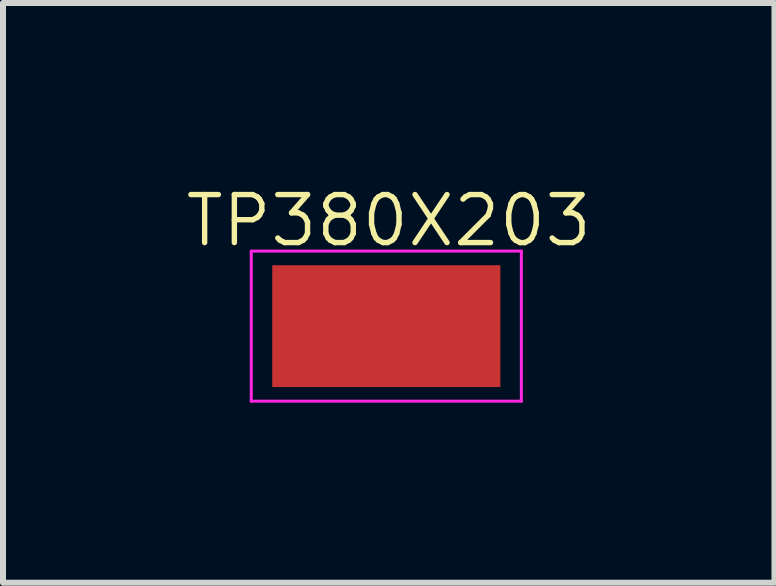
<source format=kicad_pcb>
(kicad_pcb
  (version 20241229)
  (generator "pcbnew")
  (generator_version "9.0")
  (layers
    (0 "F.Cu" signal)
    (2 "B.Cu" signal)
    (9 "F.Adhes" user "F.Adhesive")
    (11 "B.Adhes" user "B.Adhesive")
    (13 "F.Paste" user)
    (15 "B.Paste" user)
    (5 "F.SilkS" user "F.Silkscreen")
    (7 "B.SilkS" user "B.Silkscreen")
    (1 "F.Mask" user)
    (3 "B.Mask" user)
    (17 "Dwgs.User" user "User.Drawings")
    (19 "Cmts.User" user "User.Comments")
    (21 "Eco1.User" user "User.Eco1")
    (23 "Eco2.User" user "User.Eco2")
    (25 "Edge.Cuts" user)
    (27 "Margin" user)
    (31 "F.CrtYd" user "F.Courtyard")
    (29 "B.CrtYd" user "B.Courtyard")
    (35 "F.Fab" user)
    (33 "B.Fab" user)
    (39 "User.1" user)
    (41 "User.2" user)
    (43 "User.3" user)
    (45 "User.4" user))
  (footprint "TP380X203"
    (layer "F.Cu")
    (at 3.386 2.384)
    (property "Reference" "TP380X203" (at 0.04 -1.758 0) (layer "F.SilkS") (effects (font (size 0.8 0.8) (thickness 0.09))))
    (attr through_hole)
    (fp_line (start -2.25 -1.25) (end 2.25 -1.25) (stroke (width 0.05) (type solid)) (layer "F.CrtYd"))
    (fp_line (start -2.25 1.25) (end -2.25 -1.25) (stroke (width 0.05) (type solid)) (layer "F.CrtYd"))
    (fp_line (start 2.25 -1.25) (end 2.25 1.25) (stroke (width 0.05) (type solid)) (layer "F.CrtYd"))
    (fp_line (start 2.25 1.25) (end -2.25 1.25) (stroke (width 0.05) (type solid)) (layer "F.CrtYd"))
    (pad "1" smd rect (at 0 0) (size 3.8 2.03) (layers "F.Cu" "F.Mask" "F.Paste")))
  (gr_rect
    (start -3 -3)
    (end 9.853 6.659)
    (stroke (width 0.1) (type default))
    (fill no)
    (layer "Edge.Cuts")))
</source>
